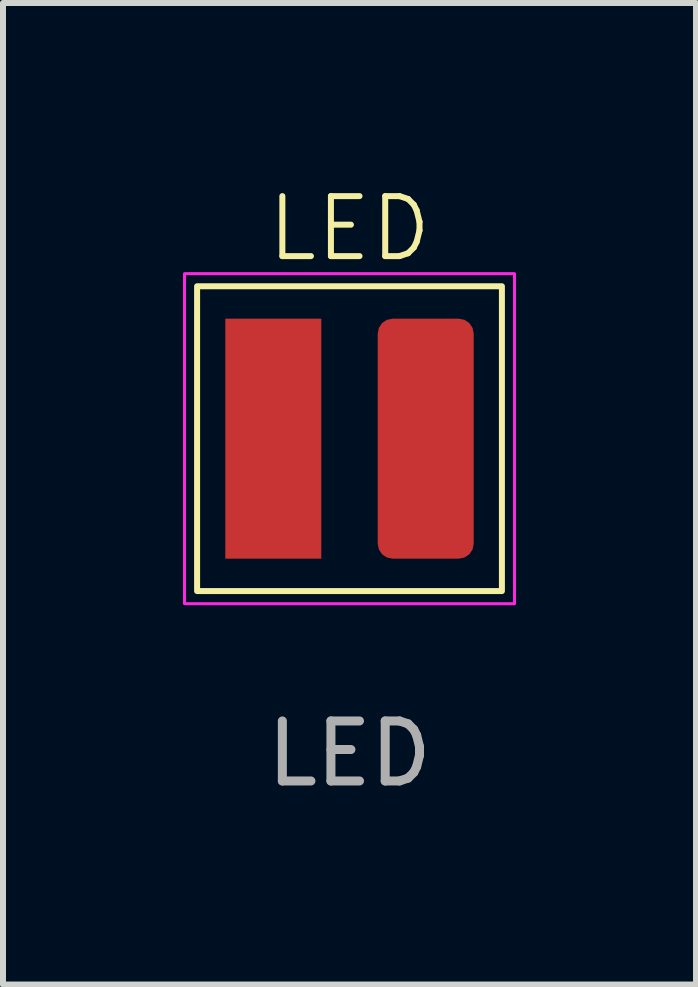
<source format=kicad_pcb>
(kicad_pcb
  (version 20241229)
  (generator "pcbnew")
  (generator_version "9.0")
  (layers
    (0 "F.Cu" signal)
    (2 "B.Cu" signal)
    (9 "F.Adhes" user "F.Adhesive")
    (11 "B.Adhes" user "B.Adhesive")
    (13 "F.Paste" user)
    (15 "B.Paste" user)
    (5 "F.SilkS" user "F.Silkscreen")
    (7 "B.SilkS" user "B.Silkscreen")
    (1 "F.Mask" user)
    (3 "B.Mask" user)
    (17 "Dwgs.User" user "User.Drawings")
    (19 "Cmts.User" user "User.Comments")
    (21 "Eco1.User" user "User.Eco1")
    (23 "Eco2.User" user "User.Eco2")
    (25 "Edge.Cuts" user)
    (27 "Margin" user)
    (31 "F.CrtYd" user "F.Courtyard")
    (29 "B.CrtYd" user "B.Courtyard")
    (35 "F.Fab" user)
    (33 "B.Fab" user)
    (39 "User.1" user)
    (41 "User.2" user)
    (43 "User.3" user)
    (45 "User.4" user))
  (footprint "LED"
    (layer "F.Cu")
    (at 2.775 4.261)
    (property "Reference" "LED" (at 0 -3.5 0) (unlocked yes) (layer "F.SilkS") (effects (font (size 1 1) (thickness 0.1))))
    (attr smd)
    (fp_rect (start -2.54 -2.54) (end 2.54 2.54) (stroke (width 0.1) (type default)) (fill no) (layer "F.SilkS"))
    (fp_rect (start -2.75 -2.75) (end 2.75 2.75) (stroke (width 0.05) (type default)) (fill no) (layer "F.CrtYd"))
    (fp_text user "${REFERENCE}" (at 0 5.25 0) (unlocked yes) (layer "F.Fab") (effects (font (size 1 1) (thickness 0.15))))
    (pad "1" smd rect (at -1.27 0 270) (size 4 1.6) (layers "F.Cu" "F.Mask" "F.Paste"))
    (pad "2" smd roundrect (at 1.27 0 90) (size 4 1.6) (layers "F.Cu" "F.Mask" "F.Paste") (roundrect_rratio 0.156)))
  (gr_rect
    (start -3 -3)
    (end 8.55 13.359)
    (stroke (width 0.1) (type default))
    (fill no)
    (layer "Edge.Cuts")))
</source>
